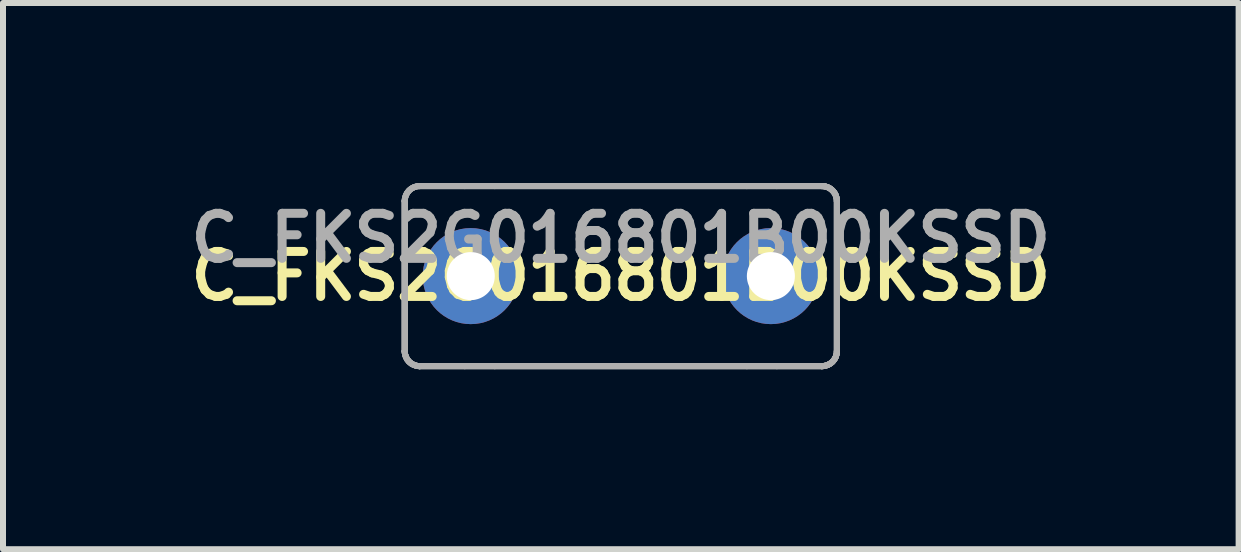
<source format=kicad_pcb>
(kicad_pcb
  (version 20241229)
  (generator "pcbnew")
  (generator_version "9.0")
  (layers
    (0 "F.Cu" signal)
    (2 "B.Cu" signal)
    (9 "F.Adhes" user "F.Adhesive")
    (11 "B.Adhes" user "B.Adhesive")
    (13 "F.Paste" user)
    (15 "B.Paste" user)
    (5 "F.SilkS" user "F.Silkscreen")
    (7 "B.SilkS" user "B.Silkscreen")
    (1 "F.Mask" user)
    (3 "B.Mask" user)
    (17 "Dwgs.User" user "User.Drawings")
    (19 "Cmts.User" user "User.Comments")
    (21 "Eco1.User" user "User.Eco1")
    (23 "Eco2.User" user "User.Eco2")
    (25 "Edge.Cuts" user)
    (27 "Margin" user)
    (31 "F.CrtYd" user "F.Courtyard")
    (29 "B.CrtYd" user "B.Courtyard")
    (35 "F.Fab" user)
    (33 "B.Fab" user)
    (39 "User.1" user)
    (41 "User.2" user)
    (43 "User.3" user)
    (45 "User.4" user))
  (footprint "C_FKS2G016801B00KSSD"
    (layer "F.Cu")
    (at 7.293 1.55)
    (property "Reference" "C_FKS2G016801B00KSSD" (at 0 0 0) (layer "F.SilkS") (effects (font (size 0.75 0.75) (thickness 0.15))))
    (attr through_hole)
    (fp_line (start -3.6 -1.25) (end -3.6 -1.25) (stroke (width 0.1) (type solid)) (layer "F.Fab"))
    (fp_line (start -3.6 -1.25) (end -3.6 -1.25) (stroke (width 0.1) (type solid)) (layer "F.Fab"))
    (fp_line (start -3.6 -1.25) (end -3.6 1.25) (stroke (width 0.1) (type solid)) (layer "F.Fab"))
    (fp_line (start -3.6 -1.25) (end -3.6 1.25) (stroke (width 0.1) (type solid)) (layer "F.Fab"))
    (fp_line (start -3.6 -1.25) (end -3.6 1.25) (stroke (width 0.1) (type solid)) (layer "F.Fab"))
    (fp_line (start -3.6 -1.25) (end -3.6 1.25) (stroke (width 0.1) (type solid)) (layer "F.Fab"))
    (fp_line (start -3.6 1.25) (end -3.6 1.25) (stroke (width 0.1) (type solid)) (layer "F.Fab"))
    (fp_line (start -3.6 1.25) (end -3.6 1.25) (stroke (width 0.1) (type solid)) (layer "F.Fab"))
    (fp_line (start -3.35 -1.5) (end -3.35 -1.5) (stroke (width 0.1) (type solid)) (layer "F.Fab"))
    (fp_line (start -3.35 -1.5) (end -3.35 -1.5) (stroke (width 0.1) (type solid)) (layer "F.Fab"))
    (fp_line (start -3.35 -1.5) (end 3.35 -1.5) (stroke (width 0.1) (type solid)) (layer "F.Fab"))
    (fp_line (start -3.35 -1.5) (end 3.35 -1.5) (stroke (width 0.1) (type solid)) (layer "F.Fab"))
    (fp_line (start -3.35 1.5) (end -3.35 1.5) (stroke (width 0.1) (type solid)) (layer "F.Fab"))
    (fp_line (start -3.35 1.5) (end -3.35 1.5) (stroke (width 0.1) (type solid)) (layer "F.Fab"))
    (fp_line (start -3.35 1.5) (end 3.35 1.5) (stroke (width 0.1) (type solid)) (layer "F.Fab"))
    (fp_line (start -3.35 1.5) (end 3.35 1.5) (stroke (width 0.1) (type solid)) (layer "F.Fab"))
    (fp_line (start -2.6 -1.5) (end -3.35 -1.5) (stroke (width 0.1) (type solid)) (layer "F.Fab"))
    (fp_line (start -2.6 -1.5) (end -3.35 -1.5) (stroke (width 0.1) (type solid)) (layer "F.Fab"))
    (fp_line (start -2.6 1.5) (end -3.35 1.5) (stroke (width 0.1) (type solid)) (layer "F.Fab"))
    (fp_line (start -2.6 1.5) (end -3.35 1.5) (stroke (width 0.1) (type solid)) (layer "F.Fab"))
    (fp_line (start -2.1 -1.5) (end -2.6 -1.5) (stroke (width 0.1) (type solid)) (layer "F.Fab"))
    (fp_line (start -2.1 -1.5) (end -2.6 -1.5) (stroke (width 0.1) (type solid)) (layer "F.Fab"))
    (fp_line (start -2.1 1.5) (end -2.6 1.5) (stroke (width 0.1) (type solid)) (layer "F.Fab"))
    (fp_line (start -2.1 1.5) (end -2.6 1.5) (stroke (width 0.1) (type solid)) (layer "F.Fab"))
    (fp_line (start 2.1 -1.5) (end -2.1 -1.5) (stroke (width 0.1) (type solid)) (layer "F.Fab"))
    (fp_line (start 2.1 -1.5) (end -2.1 -1.5) (stroke (width 0.1) (type solid)) (layer "F.Fab"))
    (fp_line (start 2.1 1.5) (end -2.1 1.5) (stroke (width 0.1) (type solid)) (layer "F.Fab"))
    (fp_line (start 2.1 1.5) (end -2.1 1.5) (stroke (width 0.1) (type solid)) (layer "F.Fab"))
    (fp_line (start 2.6 -1.5) (end 2.1 -1.5) (stroke (width 0.1) (type solid)) (layer "F.Fab"))
    (fp_line (start 2.6 -1.5) (end 2.1 -1.5) (stroke (width 0.1) (type solid)) (layer "F.Fab"))
    (fp_line (start 2.6 1.5) (end 2.1 1.5) (stroke (width 0.1) (type solid)) (layer "F.Fab"))
    (fp_line (start 2.6 1.5) (end 2.1 1.5) (stroke (width 0.1) (type solid)) (layer "F.Fab"))
    (fp_line (start 3.35 -1.5) (end 2.6 -1.5) (stroke (width 0.1) (type solid)) (layer "F.Fab"))
    (fp_line (start 3.35 -1.5) (end 2.6 -1.5) (stroke (width 0.1) (type solid)) (layer "F.Fab"))
    (fp_line (start 3.35 -1.5) (end 3.35 -1.5) (stroke (width 0.1) (type solid)) (layer "F.Fab"))
    (fp_line (start 3.35 -1.5) (end 3.35 -1.5) (stroke (width 0.1) (type solid)) (layer "F.Fab"))
    (fp_line (start 3.35 1.5) (end 2.6 1.5) (stroke (width 0.1) (type solid)) (layer "F.Fab"))
    (fp_line (start 3.35 1.5) (end 2.6 1.5) (stroke (width 0.1) (type solid)) (layer "F.Fab"))
    (fp_line (start 3.35 1.5) (end 3.35 1.5) (stroke (width 0.1) (type solid)) (layer "F.Fab"))
    (fp_line (start 3.35 1.5) (end 3.35 1.5) (stroke (width 0.1) (type solid)) (layer "F.Fab"))
    (fp_line (start 3.6 -1.25) (end 3.6 -1.25) (stroke (width 0.1) (type solid)) (layer "F.Fab"))
    (fp_line (start 3.6 -1.25) (end 3.6 -1.25) (stroke (width 0.1) (type solid)) (layer "F.Fab"))
    (fp_line (start 3.6 -1.25) (end 3.6 1.25) (stroke (width 0.1) (type solid)) (layer "F.Fab"))
    (fp_line (start 3.6 -1.25) (end 3.6 1.25) (stroke (width 0.1) (type solid)) (layer "F.Fab"))
    (fp_line (start 3.6 -1.25) (end 3.6 1.25) (stroke (width 0.1) (type solid)) (layer "F.Fab"))
    (fp_line (start 3.6 -1.25) (end 3.6 1.25) (stroke (width 0.1) (type solid)) (layer "F.Fab"))
    (fp_line (start 3.6 1.25) (end 3.6 1.25) (stroke (width 0.1) (type solid)) (layer "F.Fab"))
    (fp_line (start 3.6 1.25) (end 3.6 1.25) (stroke (width 0.1) (type solid)) (layer "F.Fab"))
    (fp_arc (start -3.6 -1.25) (mid -3.526777 -1.426777) (end -3.35 -1.5) (stroke (width 0.1) (type solid)) (layer "F.Fab"))
    (fp_arc (start -3.6 -1.25) (mid -3.526777 -1.426777) (end -3.35 -1.5) (stroke (width 0.1) (type solid)) (layer "F.Fab"))
    (fp_arc (start -3.6 -1.25) (mid -3.526777 -1.426777) (end -3.35 -1.5) (stroke (width 0.1) (type solid)) (layer "F.Fab"))
    (fp_arc (start -3.6 -1.25) (mid -3.526777 -1.426777) (end -3.35 -1.5) (stroke (width 0.1) (type solid)) (layer "F.Fab"))
    (fp_arc (start -3.35 1.5) (mid -3.526777 1.426777) (end -3.6 1.25) (stroke (width 0.1) (type solid)) (layer "F.Fab"))
    (fp_arc (start -3.35 1.5) (mid -3.526777 1.426777) (end -3.6 1.25) (stroke (width 0.1) (type solid)) (layer "F.Fab"))
    (fp_arc (start -3.35 1.5) (mid -3.526777 1.426777) (end -3.6 1.25) (stroke (width 0.1) (type solid)) (layer "F.Fab"))
    (fp_arc (start -3.35 1.5) (mid -3.526777 1.426777) (end -3.6 1.25) (stroke (width 0.1) (type solid)) (layer "F.Fab"))
    (fp_arc (start -3.35 1.5) (mid -3.526777 1.426777) (end -3.6 1.25) (stroke (width 0.1) (type solid)) (layer "F.Fab"))
    (fp_arc (start -3.35 1.5) (mid -3.526777 1.426777) (end -3.6 1.25) (stroke (width 0.1) (type solid)) (layer "F.Fab"))
    (fp_arc (start 3.35 -1.5) (mid 3.526777 -1.426777) (end 3.6 -1.25) (stroke (width 0.1) (type solid)) (layer "F.Fab"))
    (fp_arc (start 3.35 -1.5) (mid 3.526777 -1.426777) (end 3.6 -1.25) (stroke (width 0.1) (type solid)) (layer "F.Fab"))
    (fp_arc (start 3.35 -1.5) (mid 3.526777 -1.426777) (end 3.6 -1.25) (stroke (width 0.1) (type solid)) (layer "F.Fab"))
    (fp_arc (start 3.35 -1.5) (mid 3.526777 -1.426777) (end 3.6 -1.25) (stroke (width 0.1) (type solid)) (layer "F.Fab"))
    (fp_arc (start 3.35 -1.5) (mid 3.526777 -1.426777) (end 3.6 -1.25) (stroke (width 0.1) (type solid)) (layer "F.Fab"))
    (fp_arc (start 3.35 -1.5) (mid 3.526777 -1.426777) (end 3.6 -1.25) (stroke (width 0.1) (type solid)) (layer "F.Fab"))
    (fp_arc (start 3.6 1.25) (mid 3.526777 1.426777) (end 3.35 1.5) (stroke (width 0.1) (type solid)) (layer "F.Fab"))
    (fp_arc (start 3.6 1.25) (mid 3.526777 1.426777) (end 3.35 1.5) (stroke (width 0.1) (type solid)) (layer "F.Fab"))
    (fp_arc (start 3.6 1.25) (mid 3.526777 1.426777) (end 3.35 1.5) (stroke (width 0.1) (type solid)) (layer "F.Fab"))
    (fp_arc (start 3.6 1.25) (mid 3.526777 1.426777) (end 3.35 1.5) (stroke (width 0.1) (type solid)) (layer "F.Fab"))
    (fp_arc (start 3.6 1.25) (mid 3.526777 1.426777) (end 3.35 1.5) (stroke (width 0.1) (type solid)) (layer "F.Fab"))
    (fp_arc (start 3.6 1.25) (mid 3.526777 1.426777) (end 3.35 1.5) (stroke (width 0.1) (type solid)) (layer "F.Fab"))
    (fp_text user "${REFERENCE}" (at 0 -0.635 0) (layer "F.Fab") (effects (font (size 0.75 0.75) (thickness 0.15))))
    (pad "" connect circle (at -2.5 0) (size 0.8 0.8) (layers "F.Mask"))
    (pad "" connect circle (at 2.5 0) (size 0.8 0.8) (layers "F.Mask"))
    (pad "1" thru_hole circle (at -2.5 0) (size 1.6 1.6) (drill 0.8) (layers "B.Cu" "B.Mask"))
    (pad "2" thru_hole circle (at 2.5 0) (size 1.6 1.6) (drill 0.8) (layers "B.Cu" "B.Mask")))
  (gr_rect
    (start -3 -3)
    (end 17.586 6.1)
    (stroke (width 0.1) (type default))
    (fill no)
    (layer "Edge.Cuts")))
</source>
